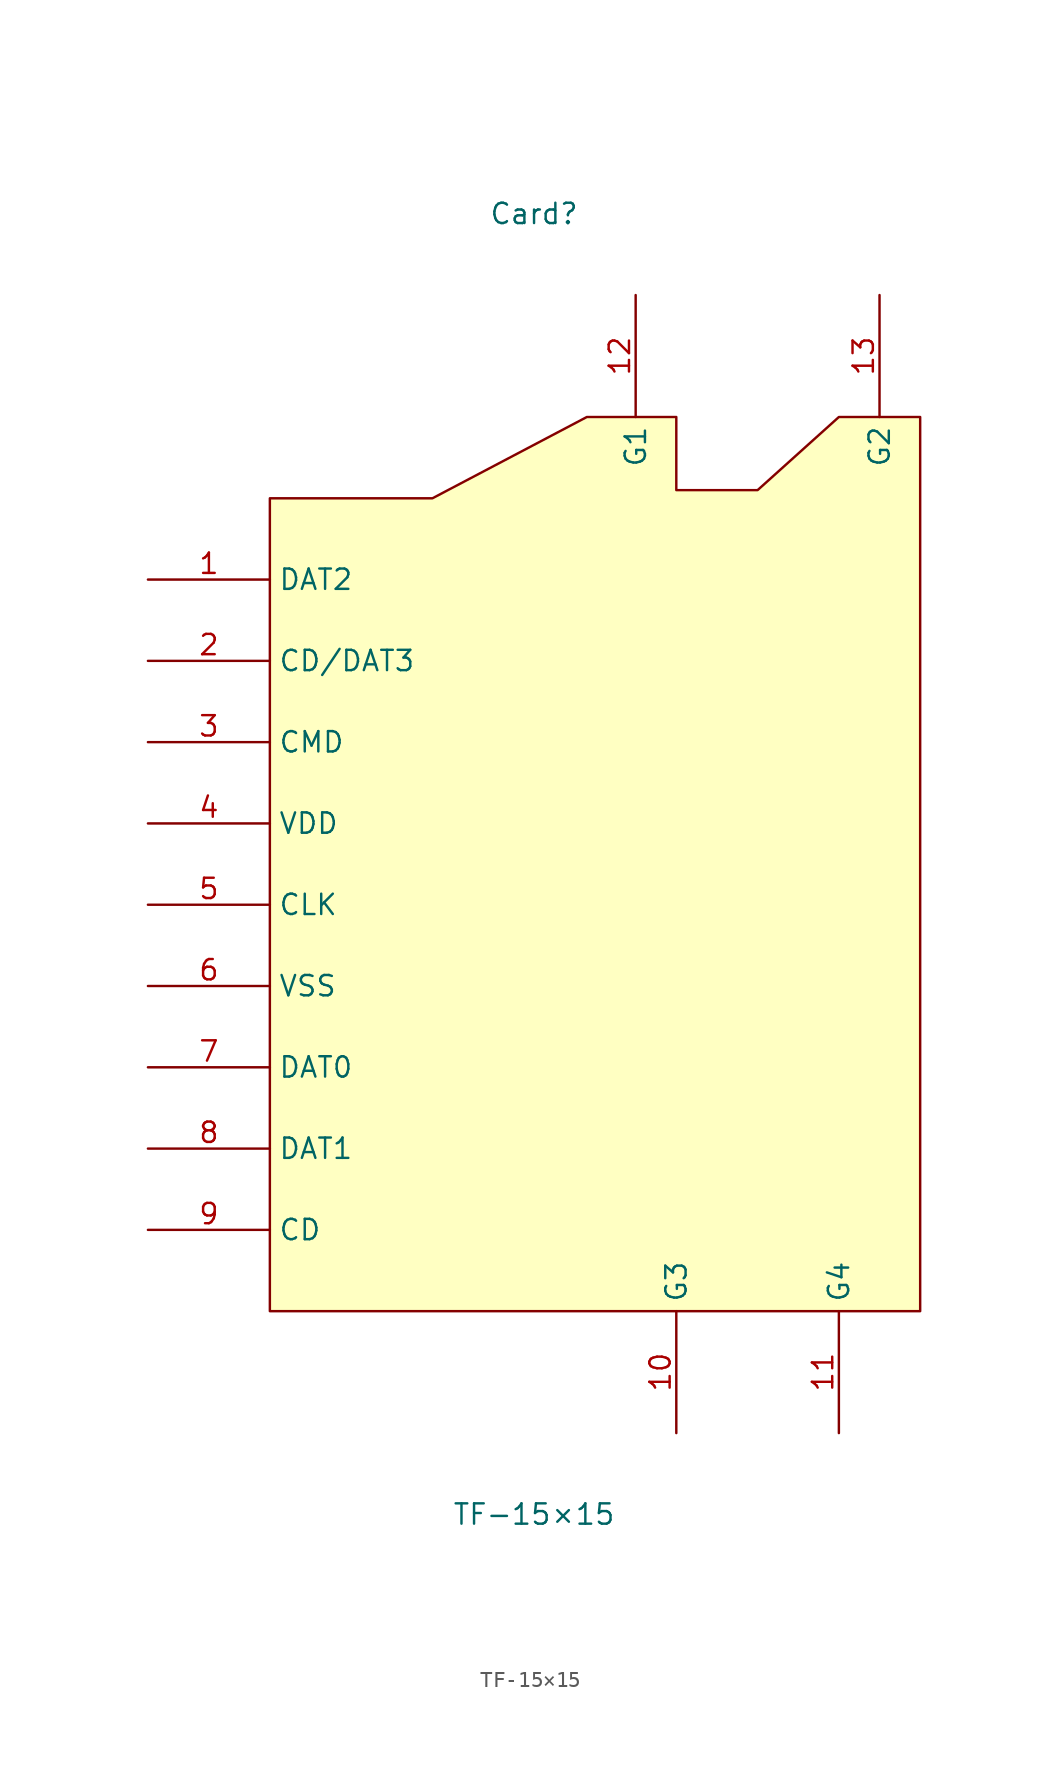
<source format=kicad_sym>
(kicad_symbol_lib
  (version 20211014)
  (generator https://github.com/uPesy/easyeda2kicad.py)
  (symbol "TF-15×15"
    (property "Reference" "Card"
      (at 0 40.64 0)
      (effects (font (size 1.27 1.27))))
    (property "Value" "TF-15×15"
      (at 0 -40.64 0)
      (effects (font (size 1.27 1.27))))
    (symbol "TF-15×15_0_1"
      (polyline (pts (xy -16.51 22.86) (xy -6.35 22.86) (xy 3.30 27.94) (xy 8.89 27.94) (xy 8.89 23.37) (xy 13.97 23.37) (xy 19.05 27.94) (xy 24.13 27.94) (xy 24.13 -27.94) (xy -16.51 -27.94) (xy -16.51 22.86)) (stroke (width 0) (type default) (color 0 0 0 0)) (fill (type background)))
      (pin input line (at -24.13 17.78 0) (length 7.62) (name "DAT2" (effects (font (size 1.27 1.27)))) (number "1" (effects (font (size 1.27 1.27)))))
      (pin input line (at -24.13 12.70 0) (length 7.62) (name "CD/DAT3" (effects (font (size 1.27 1.27)))) (number "2" (effects (font (size 1.27 1.27)))))
      (pin input line (at -24.13 7.62 0) (length 7.62) (name "CMD" (effects (font (size 1.27 1.27)))) (number "3" (effects (font (size 1.27 1.27)))))
      (pin input line (at -24.13 2.54 0) (length 7.62) (name "VDD" (effects (font (size 1.27 1.27)))) (number "4" (effects (font (size 1.27 1.27)))))
      (pin input line (at -24.13 -2.54 0) (length 7.62) (name "CLK" (effects (font (size 1.27 1.27)))) (number "5" (effects (font (size 1.27 1.27)))))
      (pin input line (at -24.13 -7.62 0) (length 7.62) (name "VSS" (effects (font (size 1.27 1.27)))) (number "6" (effects (font (size 1.27 1.27)))))
      (pin input line (at -24.13 -12.70 0) (length 7.62) (name "DAT0" (effects (font (size 1.27 1.27)))) (number "7" (effects (font (size 1.27 1.27)))))
      (pin input line (at -24.13 -17.78 0) (length 7.62) (name "DAT1" (effects (font (size 1.27 1.27)))) (number "8" (effects (font (size 1.27 1.27)))))
      (pin input line (at -24.13 -22.86 0) (length 7.62) (name "CD" (effects (font (size 1.27 1.27)))) (number "9" (effects (font (size 1.27 1.27)))))
      (pin input line (at 8.89 -35.56 90) (length 7.62) (name "G3" (effects (font (size 1.27 1.27)))) (number "10" (effects (font (size 1.27 1.27)))))
      (pin input line (at 19.05 -35.56 90) (length 7.62) (name "G4" (effects (font (size 1.27 1.27)))) (number "11" (effects (font (size 1.27 1.27)))))
      (pin input line (at 6.35 35.56 270) (length 7.62) (name "G1" (effects (font (size 1.27 1.27)))) (number "12" (effects (font (size 1.27 1.27)))))
      (pin input line (at 21.59 35.56 270) (length 7.62) (name "G2" (effects (font (size 1.27 1.27)))) (number "13" (effects (font (size 1.27 1.27))))))))
</source>
